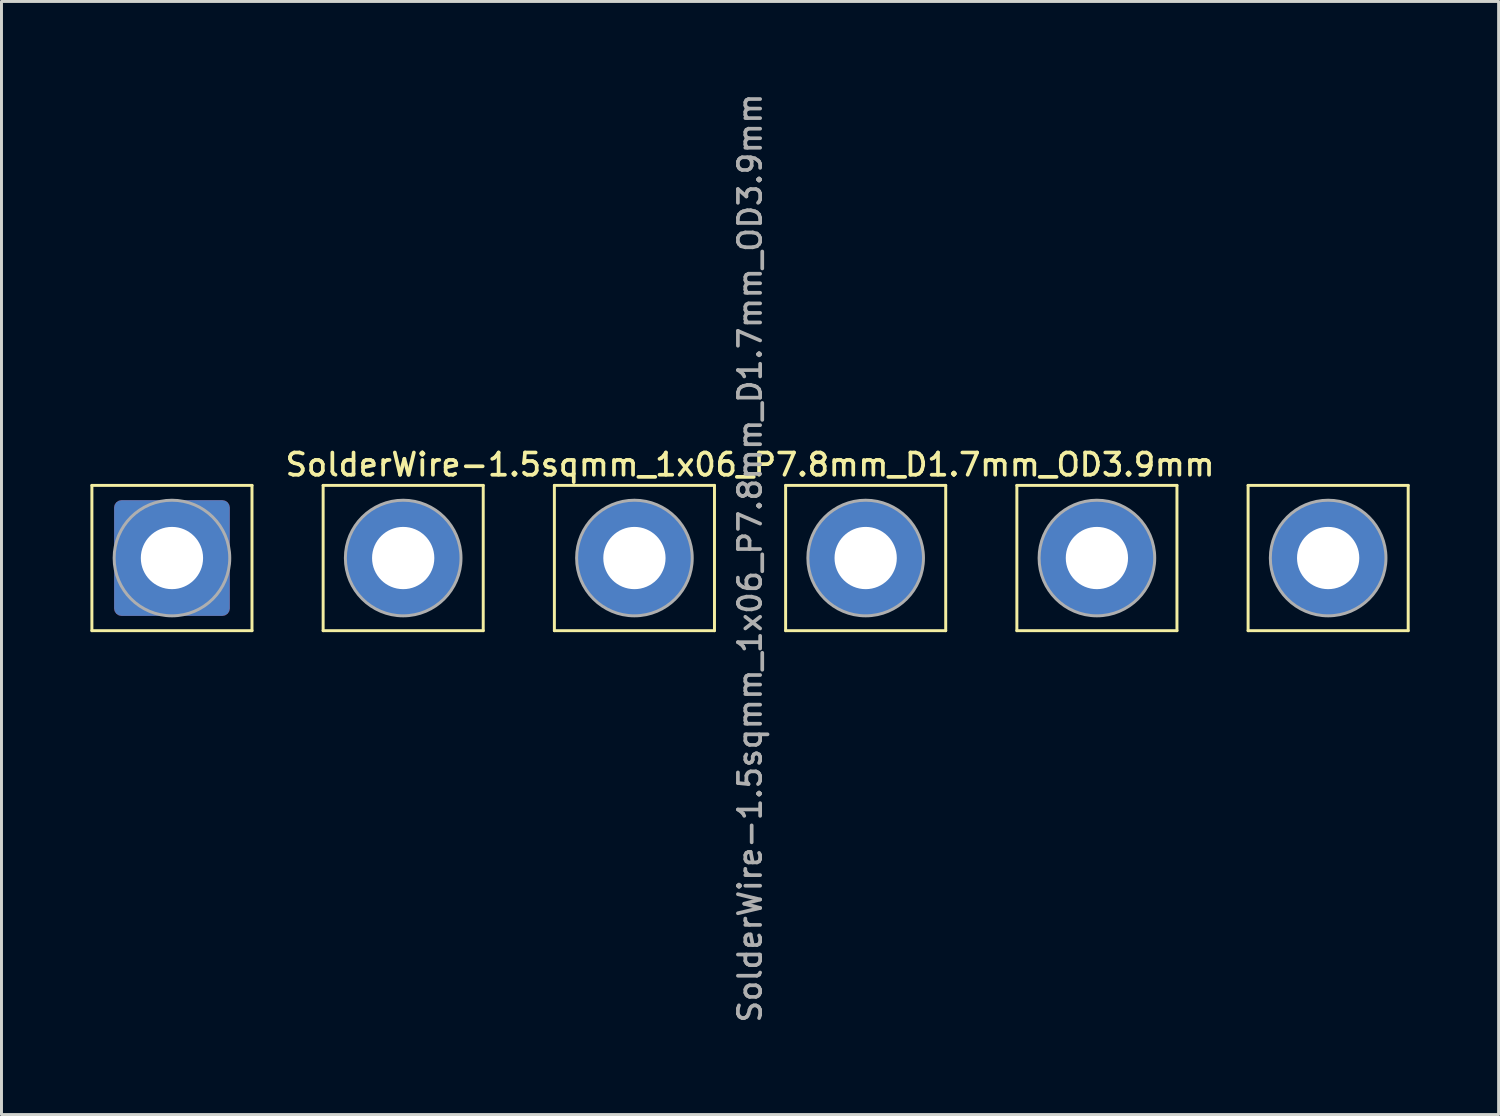
<source format=kicad_pcb>
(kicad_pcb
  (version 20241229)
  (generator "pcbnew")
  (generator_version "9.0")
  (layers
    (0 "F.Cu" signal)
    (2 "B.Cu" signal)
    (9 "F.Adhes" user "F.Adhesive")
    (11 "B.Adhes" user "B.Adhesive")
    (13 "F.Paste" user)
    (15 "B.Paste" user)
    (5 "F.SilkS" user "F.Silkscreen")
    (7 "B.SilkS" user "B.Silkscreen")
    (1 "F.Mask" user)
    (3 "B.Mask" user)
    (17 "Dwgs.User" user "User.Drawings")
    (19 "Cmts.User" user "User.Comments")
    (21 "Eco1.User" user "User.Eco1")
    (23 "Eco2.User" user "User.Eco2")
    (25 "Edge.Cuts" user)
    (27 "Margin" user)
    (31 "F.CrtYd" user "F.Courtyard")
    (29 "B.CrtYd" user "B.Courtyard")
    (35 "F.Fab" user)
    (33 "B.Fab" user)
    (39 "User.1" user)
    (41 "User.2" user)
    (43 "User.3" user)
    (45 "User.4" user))
  (footprint "SolderWire-1.5sqmm_1x06_P7.8mm_D1.7mm_OD3.9mm"
    (layer "F.Cu")
    (at 2.75 15.773)
    (property "Reference" "SolderWire-1.5sqmm_1x06_P7.8mm_D1.7mm_OD3.9mm" (at 19.5 -3.15 0) (layer "F.SilkS") (effects (font (size 0.75 0.75) (thickness 0.125))))
    (attr exclude_from_pos_files exclude_from_bom)
    (fp_line (start -2.7 -2.45) (end -2.7 2.45) (stroke (width 0.1) (type solid)) (layer "F.SilkS"))
    (fp_line (start -2.7 2.45) (end 2.7 2.45) (stroke (width 0.1) (type solid)) (layer "F.SilkS"))
    (fp_line (start 2.7 -2.45) (end -2.7 -2.45) (stroke (width 0.1) (type solid)) (layer "F.SilkS"))
    (fp_line (start 2.7 2.45) (end 2.7 -2.45) (stroke (width 0.1) (type solid)) (layer "F.SilkS"))
    (fp_line (start 5.1 -2.45) (end 5.1 2.45) (stroke (width 0.1) (type solid)) (layer "F.SilkS"))
    (fp_line (start 5.1 2.45) (end 10.5 2.45) (stroke (width 0.1) (type solid)) (layer "F.SilkS"))
    (fp_line (start 10.5 -2.45) (end 5.1 -2.45) (stroke (width 0.1) (type solid)) (layer "F.SilkS"))
    (fp_line (start 10.5 2.45) (end 10.5 -2.45) (stroke (width 0.1) (type solid)) (layer "F.SilkS"))
    (fp_line (start 12.9 -2.45) (end 12.9 2.45) (stroke (width 0.1) (type solid)) (layer "F.SilkS"))
    (fp_line (start 12.9 2.45) (end 18.3 2.45) (stroke (width 0.1) (type solid)) (layer "F.SilkS"))
    (fp_line (start 18.3 -2.45) (end 12.9 -2.45) (stroke (width 0.1) (type solid)) (layer "F.SilkS"))
    (fp_line (start 18.3 2.45) (end 18.3 -2.45) (stroke (width 0.1) (type solid)) (layer "F.SilkS"))
    (fp_line (start 20.7 -2.45) (end 20.7 2.45) (stroke (width 0.1) (type solid)) (layer "F.SilkS"))
    (fp_line (start 20.7 2.45) (end 26.1 2.45) (stroke (width 0.1) (type solid)) (layer "F.SilkS"))
    (fp_line (start 26.1 -2.45) (end 20.7 -2.45) (stroke (width 0.1) (type solid)) (layer "F.SilkS"))
    (fp_line (start 26.1 2.45) (end 26.1 -2.45) (stroke (width 0.1) (type solid)) (layer "F.SilkS"))
    (fp_line (start 28.5 -2.45) (end 28.5 2.45) (stroke (width 0.1) (type solid)) (layer "F.SilkS"))
    (fp_line (start 28.5 2.45) (end 33.9 2.45) (stroke (width 0.1) (type solid)) (layer "F.SilkS"))
    (fp_line (start 33.9 -2.45) (end 28.5 -2.45) (stroke (width 0.1) (type solid)) (layer "F.SilkS"))
    (fp_line (start 33.9 2.45) (end 33.9 -2.45) (stroke (width 0.1) (type solid)) (layer "F.SilkS"))
    (fp_line (start 36.3 -2.45) (end 36.3 2.45) (stroke (width 0.1) (type solid)) (layer "F.SilkS"))
    (fp_line (start 36.3 2.45) (end 41.7 2.45) (stroke (width 0.1) (type solid)) (layer "F.SilkS"))
    (fp_line (start 41.7 -2.45) (end 36.3 -2.45) (stroke (width 0.1) (type solid)) (layer "F.SilkS"))
    (fp_line (start 41.7 2.45) (end 41.7 -2.45) (stroke (width 0.1) (type solid)) (layer "F.SilkS"))
    (fp_circle (center 0 0) (end 1.95 0) (stroke (width 0.1) (type solid)) (fill no) (layer "F.Fab"))
    (fp_circle (center 7.8 0) (end 9.75 0) (stroke (width 0.1) (type solid)) (fill no) (layer "F.Fab"))
    (fp_circle (center 15.6 0) (end 17.55 0) (stroke (width 0.1) (type solid)) (fill no) (layer "F.Fab"))
    (fp_circle (center 23.4 0) (end 25.35 0) (stroke (width 0.1) (type solid)) (fill no) (layer "F.Fab"))
    (fp_circle (center 31.2 0) (end 33.15 0) (stroke (width 0.1) (type solid)) (fill no) (layer "F.Fab"))
    (fp_circle (center 39 0) (end 40.95 0) (stroke (width 0.1) (type solid)) (fill no) (layer "F.Fab"))
    (fp_text user "${REFERENCE}" (at 19.5 0 90) (layer "F.Fab") (effects (font (size 0.75 0.75) (thickness 0.125))))
    (pad "1" thru_hole roundrect (at 0 0) (size 3.9 3.9) (drill 2.1) (layers "*.Cu" "*.Mask") (roundrect_rratio 0.064))
    (pad "2" thru_hole circle (at 7.8 0) (size 3.9 3.9) (drill 2.1) (layers "*.Cu" "*.Mask"))
    (pad "3" thru_hole circle (at 15.6 0) (size 3.9 3.9) (drill 2.1) (layers "*.Cu" "*.Mask"))
    (pad "4" thru_hole circle (at 23.4 0) (size 3.9 3.9) (drill 2.1) (layers "*.Cu" "*.Mask"))
    (pad "5" thru_hole circle (at 31.2 0) (size 3.9 3.9) (drill 2.1) (layers "*.Cu" "*.Mask"))
    (pad "6" thru_hole circle (at 39 0) (size 3.9 3.9) (drill 2.1) (layers "*.Cu" "*.Mask")))
  (gr_rect
    (start -3 -3)
    (end 47.5 34.546)
    (stroke (width 0.1) (type default))
    (fill no)
    (layer "Edge.Cuts")))
</source>
